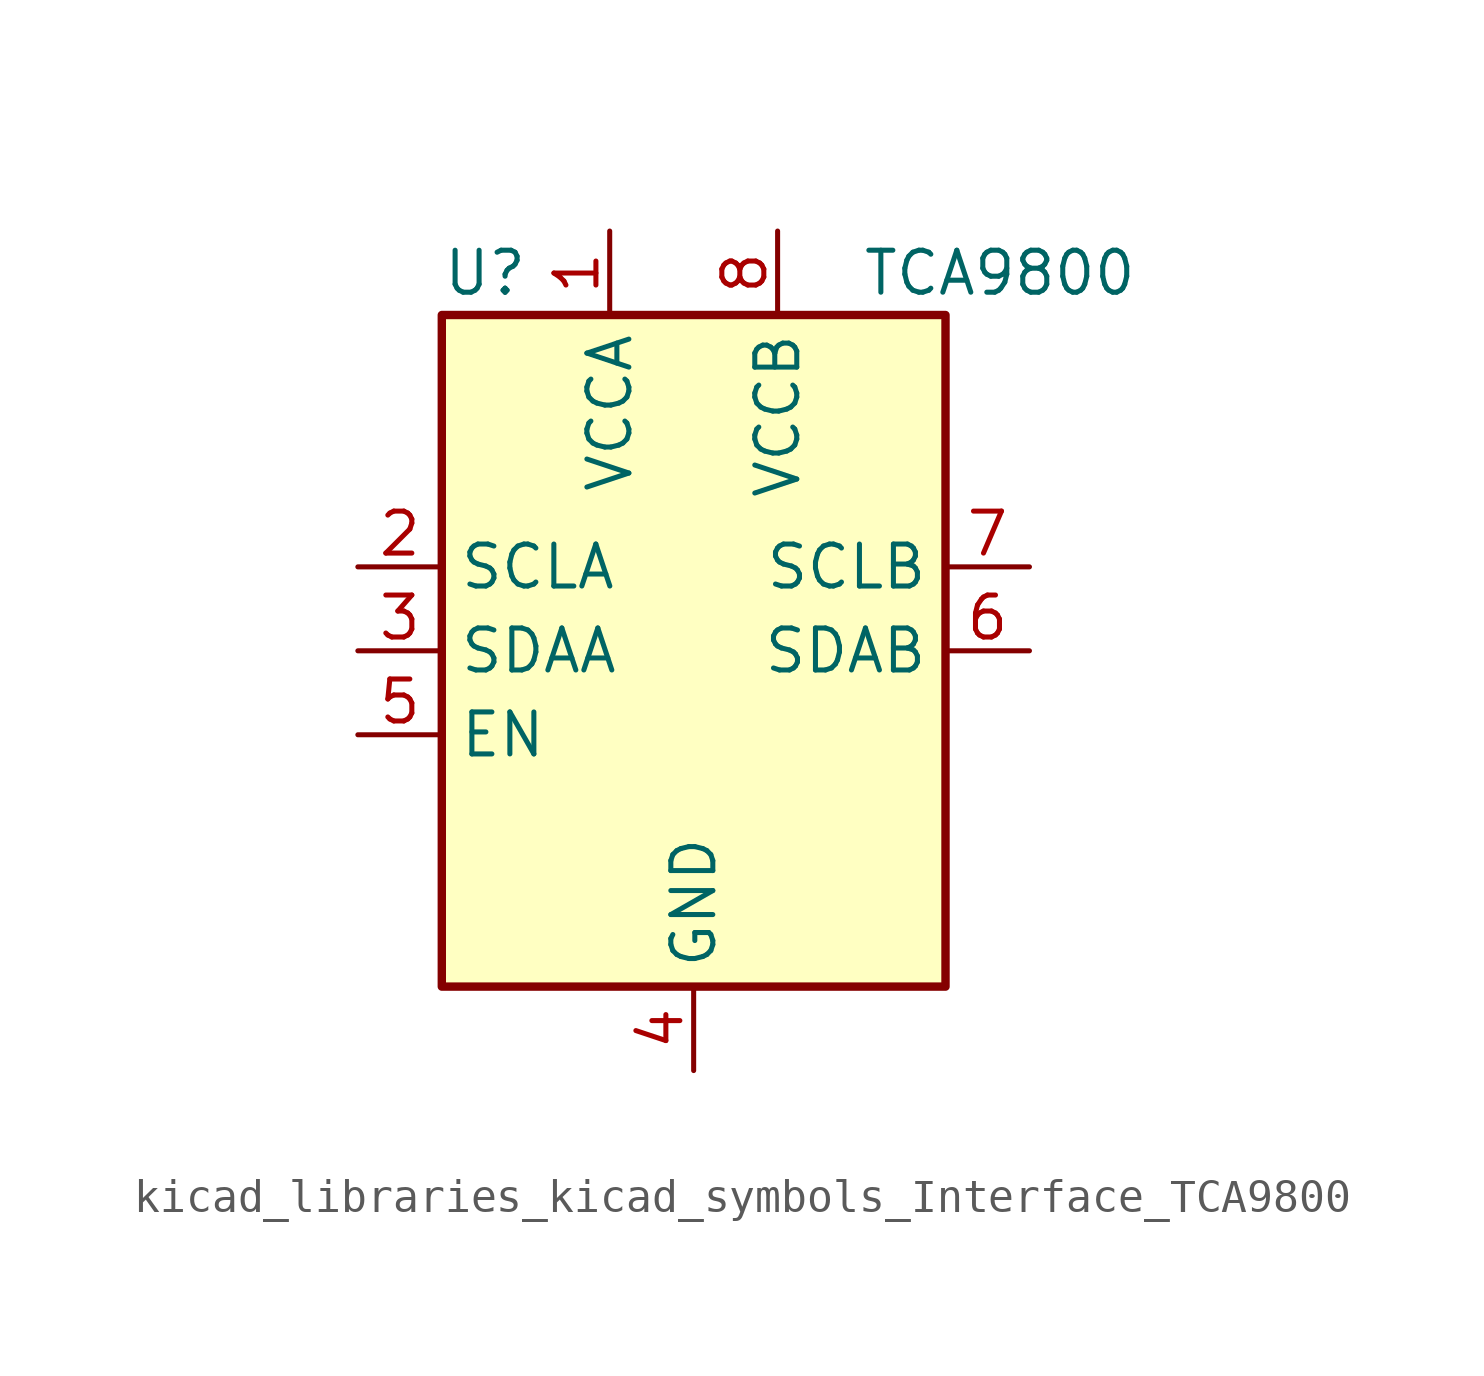
<source format=kicad_sym>
(kicad_symbol_lib
  (version 20220914)
  (generator kicad_symbol_editor)
  (symbol "kicad_libraries_kicad_symbols_Interface_TCA9800"
    (property "Reference" "U"
      (at -7.62 11.43 0)
      (effects (font (size 1.27 1.27)) (justify left)))
    (property "Value" "TCA9800"
      (at 5.08 11.43 0)
      (effects (font (size 1.27 1.27)) (justify left)))
    (symbol "kicad_libraries_kicad_symbols_Interface_TCA9800_0_1"
      (rectangle (start -7.62 10.16) (end 7.62 -10.16) (stroke (width 0.254) (type default)) (fill (type background))))
    (symbol "kicad_libraries_kicad_symbols_Interface_TCA9800_1_1"
      (pin power_in line (at -2.54 12.7 270) (length 2.54) (name "VCCA" (effects (font (size 1.27 1.27)))) (number "1" (effects (font (size 1.27 1.27)))))
      (pin bidirectional line (at -10.16 2.54 0) (length 2.54) (name "SCLA" (effects (font (size 1.27 1.27)))) (number "2" (effects (font (size 1.27 1.27)))))
      (pin bidirectional line (at -10.16 0 0) (length 2.54) (name "SDAA" (effects (font (size 1.27 1.27)))) (number "3" (effects (font (size 1.27 1.27)))))
      (pin power_in line (at 0 -12.7 90) (length 2.54) (name "GND" (effects (font (size 1.27 1.27)))) (number "4" (effects (font (size 1.27 1.27)))))
      (pin input line (at -10.16 -2.54 0) (length 2.54) (name "EN" (effects (font (size 1.27 1.27)))) (number "5" (effects (font (size 1.27 1.27)))))
      (pin bidirectional line (at 10.16 0 180) (length 2.54) (name "SDAB" (effects (font (size 1.27 1.27)))) (number "6" (effects (font (size 1.27 1.27)))))
      (pin bidirectional line (at 10.16 2.54 180) (length 2.54) (name "SCLB" (effects (font (size 1.27 1.27)))) (number "7" (effects (font (size 1.27 1.27)))))
      (pin power_in line (at 2.54 12.7 270) (length 2.54) (name "VCCB" (effects (font (size 1.27 1.27)))) (number "8" (effects (font (size 1.27 1.27))))))))
</source>
